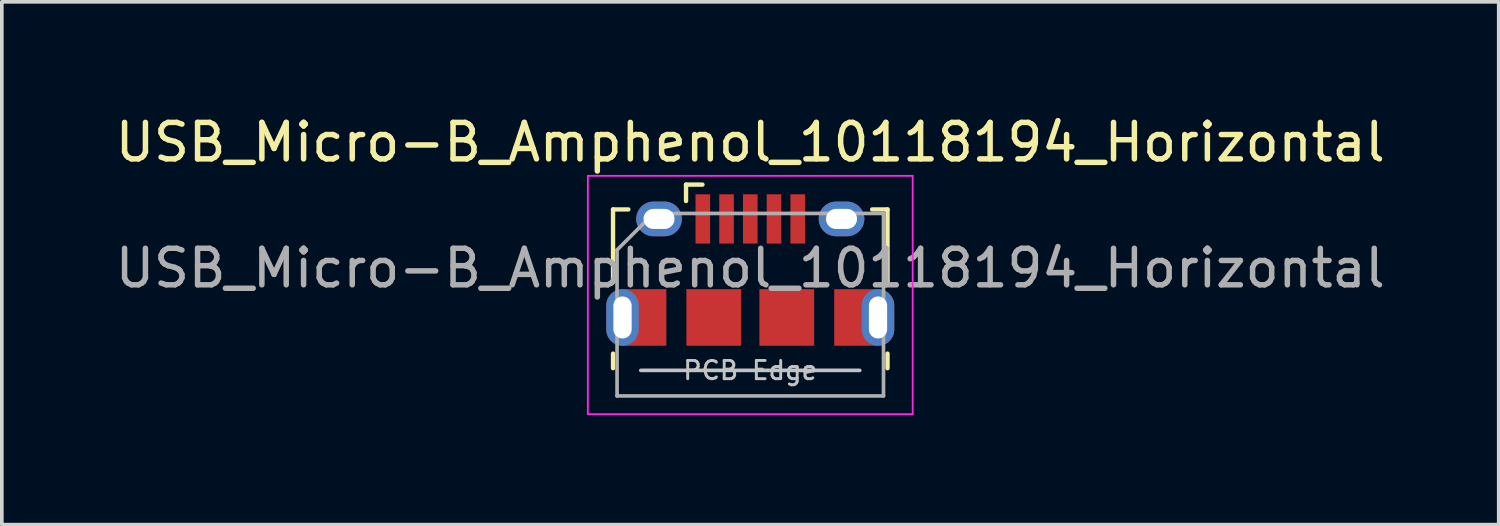
<source format=kicad_pcb>
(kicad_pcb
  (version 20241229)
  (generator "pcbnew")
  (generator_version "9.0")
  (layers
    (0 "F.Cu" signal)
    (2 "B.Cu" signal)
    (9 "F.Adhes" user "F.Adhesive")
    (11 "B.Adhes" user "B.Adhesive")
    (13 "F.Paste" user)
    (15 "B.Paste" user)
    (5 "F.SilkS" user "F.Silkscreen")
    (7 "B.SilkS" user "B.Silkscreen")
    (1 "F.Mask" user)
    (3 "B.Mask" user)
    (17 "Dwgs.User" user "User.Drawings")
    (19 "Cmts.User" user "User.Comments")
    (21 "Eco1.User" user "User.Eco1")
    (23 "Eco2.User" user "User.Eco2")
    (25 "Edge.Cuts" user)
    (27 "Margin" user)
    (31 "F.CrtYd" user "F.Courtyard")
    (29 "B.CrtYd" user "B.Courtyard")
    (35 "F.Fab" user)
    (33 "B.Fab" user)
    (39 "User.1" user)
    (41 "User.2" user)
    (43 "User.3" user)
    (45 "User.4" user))
  (footprint "USB_Micro-B_Amphenol_10118194_Horizontal"
    (layer "F.Cu")
    (at 17.506 4.348)
    (property "Reference" "USB_Micro-B_Amphenol_10118194_Horizontal" (at 0 -3.5 0) (layer "F.SilkS") (effects (font (size 1 1) (thickness 0.15))))
    (attr smd)
    (fp_line (start -3.76 -1.66) (end -3.34 -1.66) (stroke (width 0.12) (type solid)) (layer "F.SilkS"))
    (fp_line (start -3.76 0.32) (end -3.76 -1.66) (stroke (width 0.12) (type solid)) (layer "F.SilkS"))
    (fp_line (start -3.76 2.69) (end -3.76 2.29) (stroke (width 0.12) (type solid)) (layer "F.SilkS"))
    (fp_line (start -1.76 -1.89) (end -1.76 -2.34) (stroke (width 0.12) (type solid)) (layer "F.SilkS"))
    (fp_line (start -1.31 -2.34) (end -1.76 -2.34) (stroke (width 0.12) (type solid)) (layer "F.SilkS"))
    (fp_line (start 3.76 -1.66) (end 3.34 -1.66) (stroke (width 0.12) (type solid)) (layer "F.SilkS"))
    (fp_line (start 3.76 0.32) (end 3.76 -1.66) (stroke (width 0.12) (type solid)) (layer "F.SilkS"))
    (fp_line (start 3.76 2.29) (end 3.76 2.69) (stroke (width 0.12) (type solid)) (layer "F.SilkS"))
    (fp_line (start 3 2.75) (end -3 2.75) (stroke (width 0.1) (type solid)) (layer "Dwgs.User"))
    (fp_line (start -4.45 -2.58) (end -4.45 3.95) (stroke (width 0.05) (type solid)) (layer "F.CrtYd"))
    (fp_line (start -4.45 -2.58) (end 4.45 -2.58) (stroke (width 0.05) (type solid)) (layer "F.CrtYd"))
    (fp_line (start -4.45 3.95) (end 4.45 3.95) (stroke (width 0.05) (type solid)) (layer "F.CrtYd"))
    (fp_line (start 4.45 -2.58) (end 4.45 3.95) (stroke (width 0.05) (type solid)) (layer "F.CrtYd"))
    (fp_line (start -3.65 -0.55) (end -2.65 -1.55) (stroke (width 0.1) (type solid)) (layer "F.Fab"))
    (fp_line (start -3.65 3.45) (end -3.65 -0.55) (stroke (width 0.1) (type solid)) (layer "F.Fab"))
    (fp_line (start -2.65 -1.55) (end 3.65 -1.55) (stroke (width 0.1) (type solid)) (layer "F.Fab"))
    (fp_line (start 3.65 -1.55) (end 3.65 3.45) (stroke (width 0.1) (type solid)) (layer "F.Fab"))
    (fp_line (start 3.65 3.45) (end -3.65 3.45) (stroke (width 0.1) (type solid)) (layer "F.Fab"))
    (fp_text user "PCB Edge" (at 0 2.75 0) (layer "Dwgs.User") (effects (font (size 0.5 0.5) (thickness 0.08))))
    (fp_text user "${REFERENCE}" (at 0 -0.05 0) (layer "F.Fab") (effects (font (size 1 1) (thickness 0.15))))
    (pad "" smd oval (at -3.5 1.3) (size 0.89 1.55) (layers "F.Paste"))
    (pad "" smd oval (at -2.5 -1.4) (size 1.25 0.95) (layers "F.Paste"))
    (pad "" smd oval (at 2.5 -1.4) (size 1.25 0.95) (layers "F.Paste"))
    (pad "" smd oval (at 3.5 1.3) (size 0.89 1.55) (layers "F.Paste"))
    (pad "1" smd rect (at -1.3 -1.4) (size 0.4 1.35) (layers "F.Cu" "F.Mask" "F.Paste"))
    (pad "2" smd rect (at -0.65 -1.4) (size 0.4 1.35) (layers "F.Cu" "F.Mask" "F.Paste"))
    (pad "3" smd rect (at 0 -1.4) (size 0.4 1.35) (layers "F.Cu" "F.Mask" "F.Paste"))
    (pad "4" smd rect (at 0.65 -1.4) (size 0.4 1.35) (layers "F.Cu" "F.Mask" "F.Paste"))
    (pad "5" smd rect (at 1.3 -1.4) (size 0.4 1.35) (layers "F.Cu" "F.Mask" "F.Paste"))
    (pad "6" thru_hole oval (at -3.5 1.3) (size 0.89 1.55) (drill oval 0.5 1.15) (layers "*.Cu" "*.Mask"))
    (pad "6" smd rect (at -2.9 1.3) (size 1.2 1.55) (layers "F.Cu" "F.Mask" "F.Paste"))
    (pad "6" thru_hole oval (at -2.5 -1.4) (size 1.25 0.95) (drill oval 0.85 0.55) (layers "*.Cu" "*.Mask"))
    (pad "6" smd rect (at -1 1.3) (size 1.5 1.55) (layers "F.Cu" "F.Mask" "F.Paste"))
    (pad "6" smd rect (at 1 1.3) (size 1.5 1.55) (layers "F.Cu" "F.Mask" "F.Paste"))
    (pad "6" thru_hole oval (at 2.5 -1.4) (size 1.25 0.95) (drill oval 0.85 0.55) (layers "*.Cu" "*.Mask"))
    (pad "6" smd rect (at 2.9 1.3) (size 1.2 1.55) (layers "F.Cu" "F.Mask" "F.Paste"))
    (pad "6" thru_hole oval (at 3.5 1.3) (size 0.89 1.55) (drill oval 0.5 1.15) (layers "*.Cu" "*.Mask")))
  (gr_rect
    (start -3 -3)
    (end 38.012 11.323)
    (stroke (width 0.1) (type default))
    (fill no)
    (layer "Edge.Cuts")))
</source>
